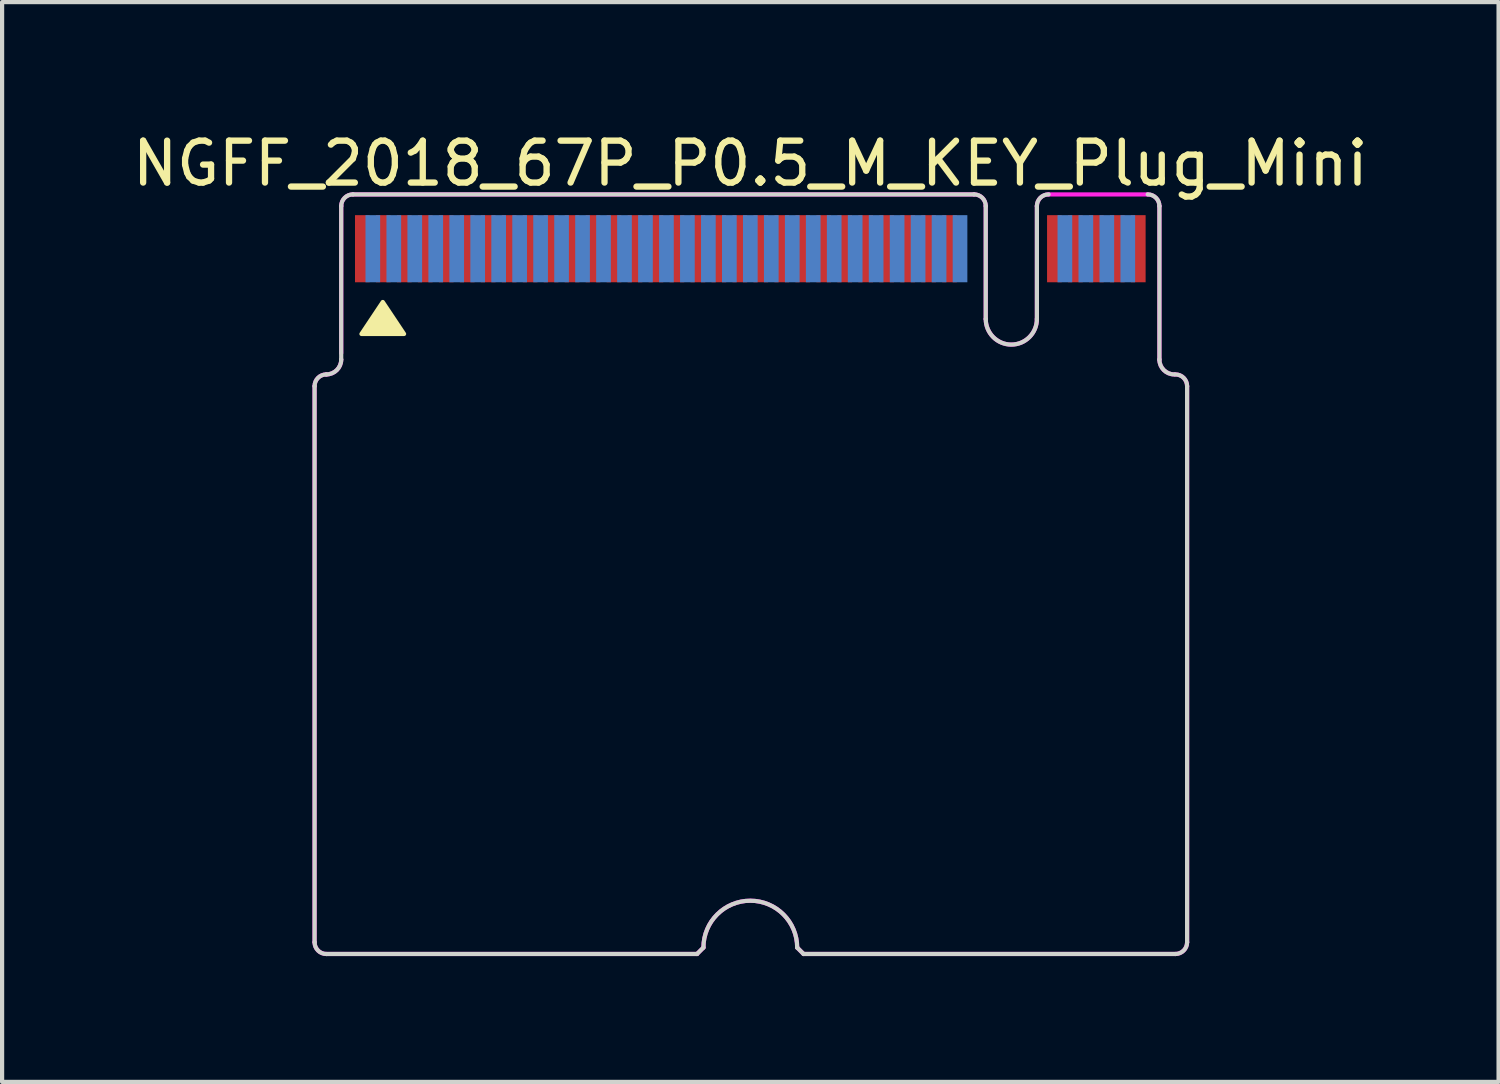
<source format=kicad_pcb>
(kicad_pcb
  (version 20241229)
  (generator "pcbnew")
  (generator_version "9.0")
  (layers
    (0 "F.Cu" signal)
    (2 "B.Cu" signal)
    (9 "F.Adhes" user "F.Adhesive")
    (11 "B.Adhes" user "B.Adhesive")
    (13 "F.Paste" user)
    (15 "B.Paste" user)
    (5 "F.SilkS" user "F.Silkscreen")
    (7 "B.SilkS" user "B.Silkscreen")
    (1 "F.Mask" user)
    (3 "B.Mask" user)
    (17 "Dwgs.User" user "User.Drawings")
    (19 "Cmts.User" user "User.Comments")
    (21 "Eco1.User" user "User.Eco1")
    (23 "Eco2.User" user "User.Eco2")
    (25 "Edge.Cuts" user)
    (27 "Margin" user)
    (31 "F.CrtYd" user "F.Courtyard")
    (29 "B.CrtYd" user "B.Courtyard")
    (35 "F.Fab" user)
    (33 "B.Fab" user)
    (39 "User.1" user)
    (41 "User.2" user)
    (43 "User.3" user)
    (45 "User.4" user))
  (footprint "NGFF_2018_67P_P0.5_M_KEY_Plug_Mini"
    (layer "F.Cu")
    (at 14.839 2.88)
    (property "Reference" "NGFF_2018_67P_P0.5_M_KEY_Plug_Mini" (at 0 -2.032 0) (layer "F.SilkS") (effects (font (size 1 1) (thickness 0.15))))
    (attr through_hole)
    (fp_poly (pts (xy -8.763 1.27) (xy -8.255 2.032) (xy -9.271 2.032)) (stroke (width 0.1) (type solid)) (fill yes) (layer "F.SilkS"))
    (fp_line (start -10.389 16.535) (end -10.389 3.277) (stroke (width 0.1) (type solid)) (layer "Edge.Cuts"))
    (fp_line (start -10.109 16.815) (end -1.27 16.815) (stroke (width 0.1) (type solid)) (layer "Edge.Cuts"))
    (fp_line (start -9.754 2.642) (end -9.754 -1.016) (stroke (width 0.1) (type solid)) (layer "Edge.Cuts"))
    (fp_line (start -9.474 -1.295) (end 5.334 -1.295) (stroke (width 0.1) (type solid)) (layer "Edge.Cuts"))
    (fp_line (start -1.27 16.815) (end -1.118 16.662) (stroke (width 0.1) (type solid)) (layer "Edge.Cuts"))
    (fp_line (start 1.27 16.815) (end 1.118 16.662) (stroke (width 0.1) (type solid)) (layer "Edge.Cuts"))
    (fp_line (start 1.27 16.815) (end 10.135 16.815) (stroke (width 0.1) (type solid)) (layer "Edge.Cuts"))
    (fp_line (start 5.613 1.676) (end 5.613 -1.016) (stroke (width 0.1) (type solid)) (layer "Edge.Cuts"))
    (fp_line (start 6.833 1.676) (end 6.833 -1.016) (stroke (width 0.1) (type solid)) (layer "Edge.Cuts"))
    (fp_line (start 9.754 2.642) (end 9.754 -1.016) (stroke (width 0.1) (type solid)) (layer "Edge.Cuts"))
    (fp_line (start 10.414 16.535) (end 10.414 3.277) (stroke (width 0.1) (type solid)) (layer "Edge.Cuts"))
    (fp_arc (start -10.3886 3.2766) (mid -10.306766 3.079034) (end -10.1092 2.9972) (stroke (width 0.1) (type solid)) (layer "Edge.Cuts"))
    (fp_arc (start -10.1092 16.8148) (mid -10.306766 16.732966) (end -10.3886 16.5354) (stroke (width 0.1) (type solid)) (layer "Edge.Cuts"))
    (fp_arc (start -9.7536 -1.016) (mid -9.671766 -1.213566) (end -9.4742 -1.2954) (stroke (width 0.1) (type solid)) (layer "Edge.Cuts"))
    (fp_arc (start -9.7536 2.6416) (mid -9.857753 2.893047) (end -10.1092 2.9972) (stroke (width 0.1) (type solid)) (layer "Edge.Cuts"))
    (fp_arc (start -1.1176 16.6624) (mid 0 15.5448) (end 1.1176 16.6624) (stroke (width 0.1) (type solid)) (layer "Edge.Cuts"))
    (fp_arc (start 5.334 -1.2954) (mid 5.531566 -1.213566) (end 5.6134 -1.016) (stroke (width 0.1) (type solid)) (layer "Edge.Cuts"))
    (fp_arc (start 6.8326 -1.016) (mid 6.914434 -1.213566) (end 7.112 -1.2954) (stroke (width 0.1) (type solid)) (layer "Edge.Cuts"))
    (fp_arc (start 6.8326 1.6764) (mid 6.223 2.286) (end 5.6134 1.6764) (stroke (width 0.1) (type solid)) (layer "Edge.Cuts"))
    (fp_arc (start 9.4742 -1.2954) (mid 9.671766 -1.213566) (end 9.7536 -1.016) (stroke (width 0.1) (type solid)) (layer "Edge.Cuts"))
    (fp_arc (start 10.1092 2.9972) (mid 9.857753 2.893047) (end 9.7536 2.6416) (stroke (width 0.1) (type solid)) (layer "Edge.Cuts"))
    (fp_arc (start 10.1346 2.9972) (mid 10.332166 3.079034) (end 10.414 3.2766) (stroke (width 0.1) (type solid)) (layer "Edge.Cuts"))
    (fp_arc (start 10.414 16.5354) (mid 10.332166 16.732966) (end 10.1346 16.8148) (stroke (width 0.1) (type solid)) (layer "Edge.Cuts"))
    (fp_line (start -10.389 3.277) (end -10.389 16.535) (stroke (width 0.1) (type solid)) (layer "F.CrtYd"))
    (fp_line (start -9.754 -1.016) (end -9.754 2.489) (stroke (width 0.1) (type solid)) (layer "F.CrtYd"))
    (fp_line (start -1.27 16.815) (end -10.109 16.815) (stroke (width 0.1) (type solid)) (layer "F.CrtYd"))
    (fp_line (start -1.118 16.662) (end -1.27 16.815) (stroke (width 0.1) (type solid)) (layer "F.CrtYd"))
    (fp_line (start 1.118 16.662) (end 1.27 16.815) (stroke (width 0.1) (type solid)) (layer "F.CrtYd"))
    (fp_line (start 1.27 16.815) (end 10.135 16.815) (stroke (width 0.1) (type solid)) (layer "F.CrtYd"))
    (fp_line (start 5.334 -1.295) (end -9.474 -1.295) (stroke (width 0.1) (type solid)) (layer "F.CrtYd"))
    (fp_line (start 5.613 -1.016) (end 5.613 1.676) (stroke (width 0.1) (type solid)) (layer "F.CrtYd"))
    (fp_line (start 6.833 -1.024) (end 6.833 1.676) (stroke (width 0.1) (type solid)) (layer "F.CrtYd"))
    (fp_line (start 7.112 -1.295) (end 9.474 -1.295) (stroke (width 0.1) (type solid)) (layer "F.CrtYd"))
    (fp_line (start 9.754 -1.016) (end 9.754 2.642) (stroke (width 0.1) (type solid)) (layer "F.CrtYd"))
    (fp_line (start 10.414 3.277) (end 10.414 16.535) (stroke (width 0.1) (type solid)) (layer "F.CrtYd"))
    (fp_arc (start -10.3886 3.2766) (mid -10.306766 3.079034) (end -10.1092 2.9972) (stroke (width 0.1) (type solid)) (layer "F.CrtYd"))
    (fp_arc (start -10.1092 16.8148) (mid -10.306766 16.732966) (end -10.3886 16.5354) (stroke (width 0.1) (type solid)) (layer "F.CrtYd"))
    (fp_arc (start -9.7536 -1.016) (mid -9.671766 -1.213566) (end -9.4742 -1.2954) (stroke (width 0.1) (type solid)) (layer "F.CrtYd"))
    (fp_arc (start -9.7536 2.6416) (mid -9.857753 2.893047) (end -10.1092 2.9972) (stroke (width 0.1) (type solid)) (layer "F.CrtYd"))
    (fp_arc (start -1.1176 16.6624) (mid 0 15.5448) (end 1.1176 16.6624) (stroke (width 0.1) (type solid)) (layer "F.CrtYd"))
    (fp_arc (start 5.334 -1.2954) (mid 5.531566 -1.213566) (end 5.6134 -1.016) (stroke (width 0.1) (type solid)) (layer "F.CrtYd"))
    (fp_arc (start 6.8326 -1.016) (mid 6.914434 -1.213566) (end 7.112 -1.2954) (stroke (width 0.1) (type solid)) (layer "F.CrtYd"))
    (fp_arc (start 6.8326 1.6764) (mid 6.223 2.286) (end 5.6134 1.6764) (stroke (width 0.1) (type solid)) (layer "F.CrtYd"))
    (fp_arc (start 9.4742 -1.2954) (mid 9.671766 -1.213566) (end 9.7536 -1.016) (stroke (width 0.1) (type solid)) (layer "F.CrtYd"))
    (fp_arc (start 10.1092 2.9972) (mid 9.857753 2.893047) (end 9.7536 2.6416) (stroke (width 0.1) (type solid)) (layer "F.CrtYd"))
    (fp_arc (start 10.1346 2.9972) (mid 10.332166 3.079034) (end 10.414 3.2766) (stroke (width 0.1) (type solid)) (layer "F.CrtYd"))
    (fp_arc (start 10.414 16.5354) (mid 10.332166 16.732966) (end 10.1346 16.8148) (stroke (width 0.1) (type solid)) (layer "F.CrtYd"))
    (pad "1" smd rect (at -9.25 0) (size 0.35 1.6) (layers "F.Cu" "F.Mask" "F.Paste"))
    (pad "2" smd rect (at -9 0) (size 0.35 1.6) (layers "B.Cu" "B.Mask" "B.Paste"))
    (pad "3" smd rect (at -8.75 0) (size 0.35 1.6) (layers "F.Cu" "F.Mask" "F.Paste"))
    (pad "4" smd rect (at -8.5 0) (size 0.35 1.6) (layers "B.Cu" "B.Mask" "B.Paste"))
    (pad "5" smd rect (at -8.25 0) (size 0.35 1.6) (layers "F.Cu" "F.Mask" "F.Paste"))
    (pad "6" smd rect (at -8 0) (size 0.35 1.6) (layers "B.Cu" "B.Mask" "B.Paste"))
    (pad "7" smd rect (at -7.75 0) (size 0.35 1.6) (layers "F.Cu" "F.Mask" "F.Paste"))
    (pad "8" smd rect (at -7.5 0) (size 0.35 1.6) (layers "B.Cu" "B.Mask" "B.Paste"))
    (pad "9" smd rect (at -7.25 0) (size 0.35 1.6) (layers "F.Cu" "F.Mask" "F.Paste"))
    (pad "10" smd rect (at -7 0) (size 0.35 1.6) (layers "B.Cu" "B.Mask" "B.Paste"))
    (pad "11" smd rect (at -6.75 0) (size 0.35 1.6) (layers "F.Cu" "F.Mask" "F.Paste"))
    (pad "12" smd rect (at -6.5 0) (size 0.35 1.6) (layers "B.Cu" "B.Mask" "B.Paste"))
    (pad "13" smd rect (at -6.25 0) (size 0.35 1.6) (layers "F.Cu" "F.Mask" "F.Paste"))
    (pad "14" smd rect (at -6 0) (size 0.35 1.6) (layers "B.Cu" "B.Mask" "B.Paste"))
    (pad "15" smd rect (at -5.75 0) (size 0.35 1.6) (layers "F.Cu" "F.Mask" "F.Paste"))
    (pad "16" smd rect (at -5.5 0) (size 0.35 1.6) (layers "B.Cu" "B.Mask" "B.Paste"))
    (pad "17" smd rect (at -5.25 0) (size 0.35 1.6) (layers "F.Cu" "F.Mask" "F.Paste"))
    (pad "18" smd rect (at -5 0) (size 0.35 1.6) (layers "B.Cu" "B.Mask" "B.Paste"))
    (pad "19" smd rect (at -4.75 0) (size 0.35 1.6) (layers "F.Cu" "F.Mask" "F.Paste"))
    (pad "20" smd rect (at -4.5 0) (size 0.35 1.6) (layers "B.Cu" "B.Mask" "B.Paste"))
    (pad "21" smd rect (at -4.25 0) (size 0.35 1.6) (layers "F.Cu" "F.Mask" "F.Paste"))
    (pad "22" smd rect (at -4 0) (size 0.35 1.6) (layers "B.Cu" "B.Mask" "B.Paste"))
    (pad "23" smd rect (at -3.75 0) (size 0.35 1.6) (layers "F.Cu" "F.Mask" "F.Paste"))
    (pad "24" smd rect (at -3.5 0) (size 0.35 1.6) (layers "B.Cu" "B.Mask" "B.Paste"))
    (pad "25" smd rect (at -3.25 0) (size 0.35 1.6) (layers "F.Cu" "F.Mask" "F.Paste"))
    (pad "26" smd rect (at -3 0) (size 0.35 1.6) (layers "B.Cu" "B.Mask" "B.Paste"))
    (pad "27" smd rect (at -2.75 0) (size 0.35 1.6) (layers "F.Cu" "F.Mask" "F.Paste"))
    (pad "28" smd rect (at -2.5 0) (size 0.35 1.6) (layers "B.Cu" "B.Mask" "B.Paste"))
    (pad "29" smd rect (at -2.25 0) (size 0.35 1.6) (layers "F.Cu" "F.Mask" "F.Paste"))
    (pad "30" smd rect (at -2 0) (size 0.35 1.6) (layers "B.Cu" "B.Mask" "B.Paste"))
    (pad "31" smd rect (at -1.75 0) (size 0.35 1.6) (layers "F.Cu" "F.Mask" "F.Paste"))
    (pad "32" smd rect (at -1.5 0) (size 0.35 1.6) (layers "B.Cu" "B.Mask" "B.Paste"))
    (pad "33" smd rect (at -1.25 0) (size 0.35 1.6) (layers "F.Cu" "F.Mask" "F.Paste"))
    (pad "34" smd rect (at -1 0) (size 0.35 1.6) (layers "B.Cu" "B.Mask" "B.Paste"))
    (pad "35" smd rect (at -0.75 0) (size 0.35 1.6) (layers "F.Cu" "F.Mask" "F.Paste"))
    (pad "36" smd rect (at -0.5 0) (size 0.35 1.6) (layers "B.Cu" "B.Mask" "B.Paste"))
    (pad "37" smd rect (at -0.25 0) (size 0.35 1.6) (layers "F.Cu" "F.Mask" "F.Paste"))
    (pad "38" smd rect (at 0 0) (size 0.35 1.6) (layers "B.Cu" "B.Mask" "B.Paste"))
    (pad "39" smd rect (at 0.25 0) (size 0.35 1.6) (layers "F.Cu" "F.Mask" "F.Paste"))
    (pad "40" smd rect (at 0.5 0) (size 0.35 1.6) (layers "B.Cu" "B.Mask" "B.Paste"))
    (pad "41" smd rect (at 0.75 0) (size 0.35 1.6) (layers "F.Cu" "F.Mask" "F.Paste"))
    (pad "42" smd rect (at 1 0) (size 0.35 1.6) (layers "B.Cu" "B.Mask" "B.Paste"))
    (pad "43" smd rect (at 1.25 0) (size 0.35 1.6) (layers "F.Cu" "F.Mask" "F.Paste"))
    (pad "44" smd rect (at 1.5 0) (size 0.35 1.6) (layers "B.Cu" "B.Mask" "B.Paste"))
    (pad "45" smd rect (at 1.75 0) (size 0.35 1.6) (layers "F.Cu" "F.Mask" "F.Paste"))
    (pad "46" smd rect (at 2 0) (size 0.35 1.6) (layers "B.Cu" "B.Mask" "B.Paste"))
    (pad "47" smd rect (at 2.25 0) (size 0.35 1.6) (layers "F.Cu" "F.Mask" "F.Paste"))
    (pad "48" smd rect (at 2.5 0) (size 0.35 1.6) (layers "B.Cu" "B.Mask" "B.Paste"))
    (pad "49" smd rect (at 2.75 0) (size 0.35 1.6) (layers "F.Cu" "F.Mask" "F.Paste"))
    (pad "50" smd rect (at 3 0) (size 0.35 1.6) (layers "B.Cu" "B.Mask" "B.Paste"))
    (pad "51" smd rect (at 3.25 0) (size 0.35 1.6) (layers "F.Cu" "F.Mask" "F.Paste"))
    (pad "52" smd rect (at 3.5 0) (size 0.35 1.6) (layers "B.Cu" "B.Mask" "B.Paste"))
    (pad "53" smd rect (at 3.75 0) (size 0.35 1.6) (layers "F.Cu" "F.Mask" "F.Paste"))
    (pad "54" smd rect (at 4 0) (size 0.35 1.6) (layers "B.Cu" "B.Mask" "B.Paste"))
    (pad "55" smd rect (at 4.25 0) (size 0.35 1.6) (layers "F.Cu" "F.Mask" "F.Paste"))
    (pad "56" smd rect (at 4.5 0) (size 0.35 1.6) (layers "B.Cu" "B.Mask" "B.Paste"))
    (pad "57" smd rect (at 4.75 0) (size 0.35 1.6) (layers "F.Cu" "F.Mask" "F.Paste"))
    (pad "58" smd rect (at 5 0) (size 0.35 1.6) (layers "B.Cu" "B.Mask" "B.Paste"))
    (pad "67" smd rect (at 7.25 0) (size 0.35 1.6) (layers "F.Cu" "F.Mask" "F.Paste"))
    (pad "68" smd rect (at 7.5 0) (size 0.35 1.6) (layers "B.Cu" "B.Mask" "B.Paste"))
    (pad "69" smd rect (at 7.75 0) (size 0.35 1.6) (layers "F.Cu" "F.Mask" "F.Paste"))
    (pad "70" smd rect (at 8 0) (size 0.35 1.6) (layers "B.Cu" "B.Mask" "B.Paste"))
    (pad "71" smd rect (at 8.25 0) (size 0.35 1.6) (layers "F.Cu" "F.Mask" "F.Paste"))
    (pad "72" smd rect (at 8.5 0) (size 0.35 1.6) (layers "B.Cu" "B.Mask" "B.Paste"))
    (pad "73" smd rect (at 8.75 0) (size 0.35 1.6) (layers "F.Cu" "F.Mask" "F.Paste"))
    (pad "74" smd rect (at 9 0) (size 0.35 1.6) (layers "B.Cu" "B.Mask" "B.Paste"))
    (pad "75" smd rect (at 9.25 0) (size 0.35 1.6) (layers "F.Cu" "F.Mask" "F.Paste")))
  (gr_rect
    (start -3 -3)
    (end 32.679 22.745)
    (stroke (width 0.1) (type default))
    (fill no)
    (layer "Edge.Cuts")))
</source>
